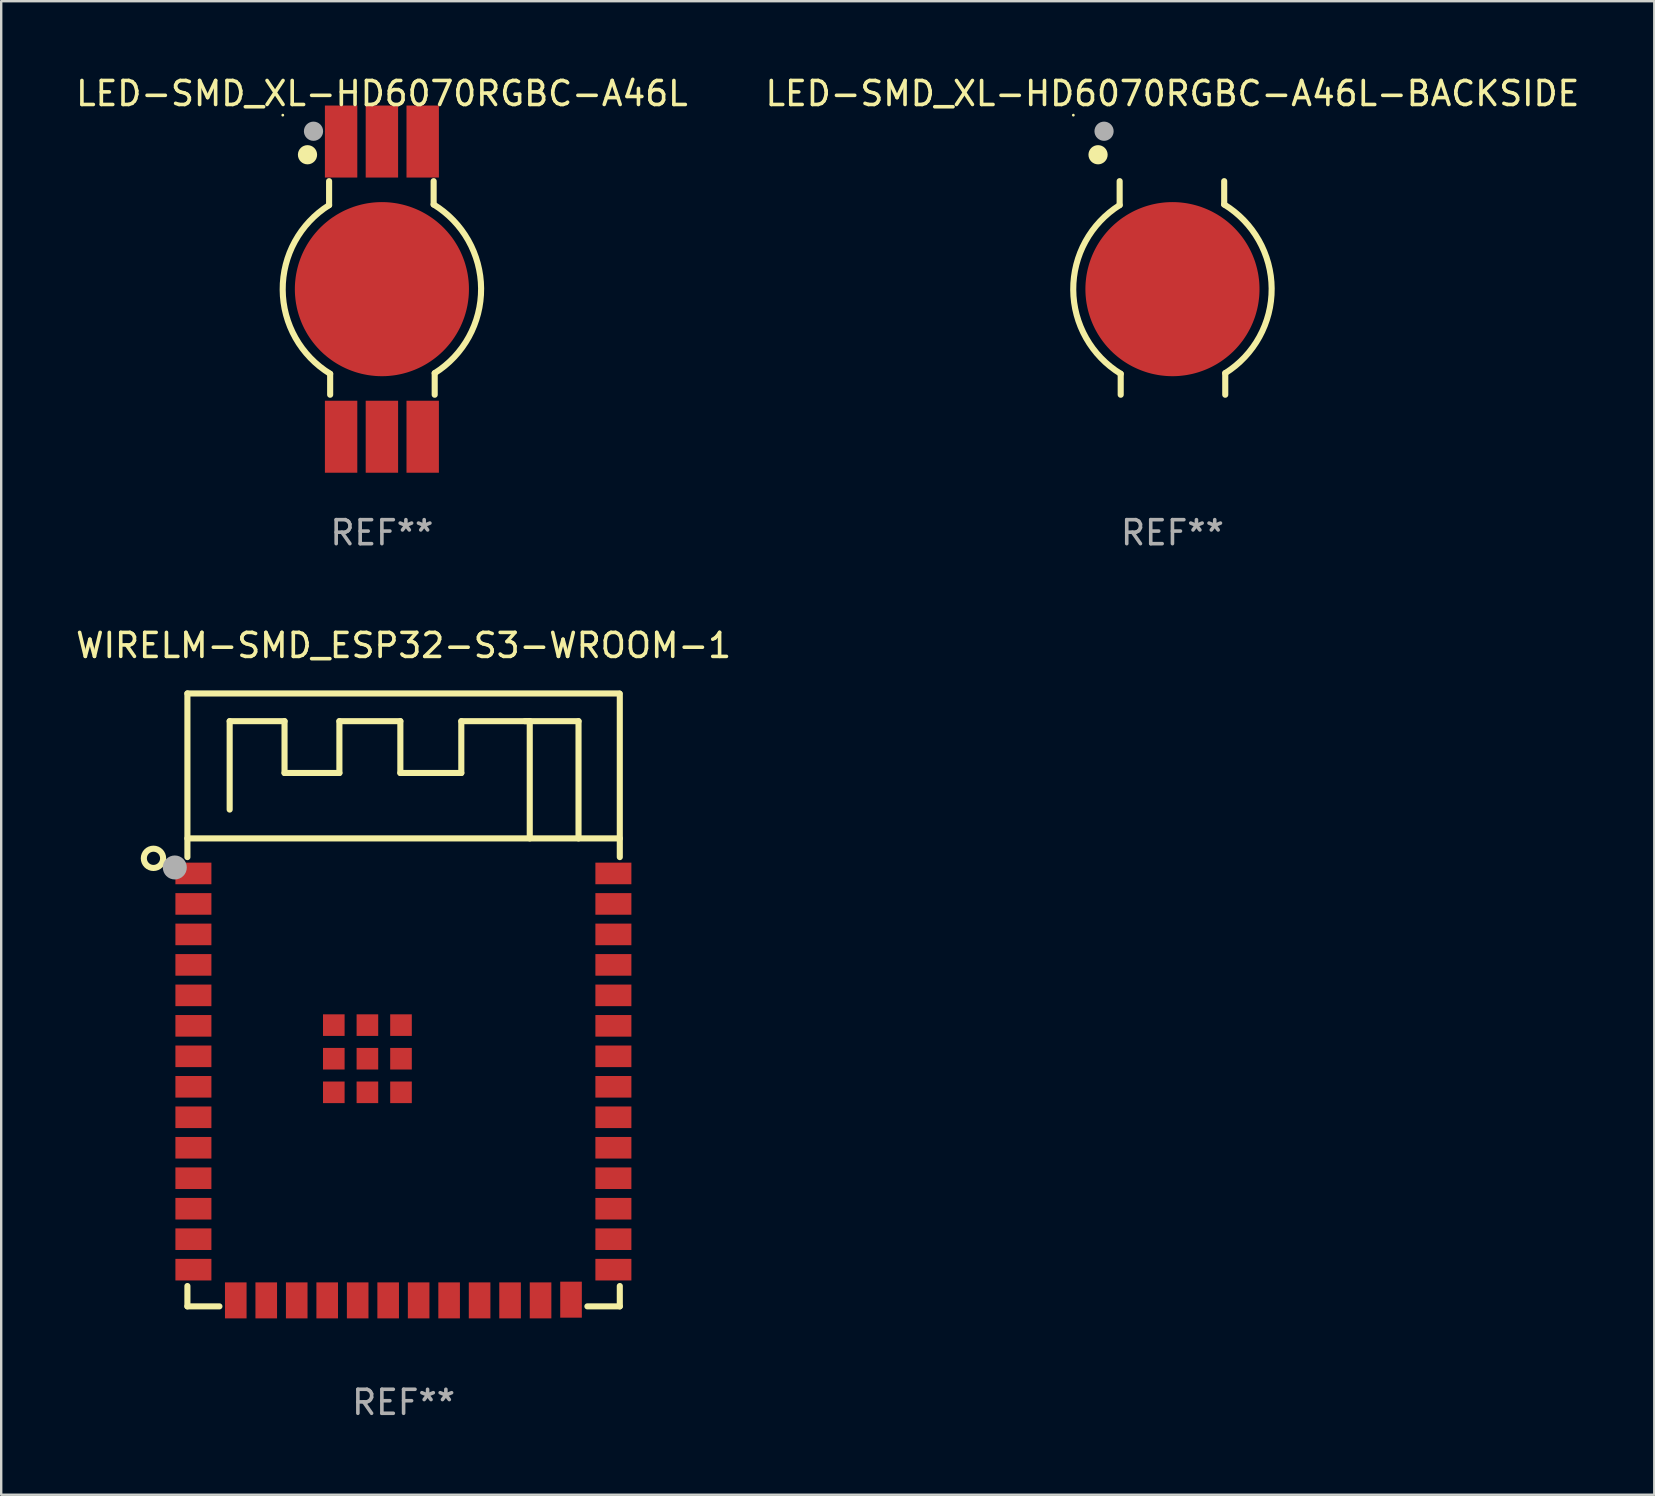
<source format=kicad_pcb>
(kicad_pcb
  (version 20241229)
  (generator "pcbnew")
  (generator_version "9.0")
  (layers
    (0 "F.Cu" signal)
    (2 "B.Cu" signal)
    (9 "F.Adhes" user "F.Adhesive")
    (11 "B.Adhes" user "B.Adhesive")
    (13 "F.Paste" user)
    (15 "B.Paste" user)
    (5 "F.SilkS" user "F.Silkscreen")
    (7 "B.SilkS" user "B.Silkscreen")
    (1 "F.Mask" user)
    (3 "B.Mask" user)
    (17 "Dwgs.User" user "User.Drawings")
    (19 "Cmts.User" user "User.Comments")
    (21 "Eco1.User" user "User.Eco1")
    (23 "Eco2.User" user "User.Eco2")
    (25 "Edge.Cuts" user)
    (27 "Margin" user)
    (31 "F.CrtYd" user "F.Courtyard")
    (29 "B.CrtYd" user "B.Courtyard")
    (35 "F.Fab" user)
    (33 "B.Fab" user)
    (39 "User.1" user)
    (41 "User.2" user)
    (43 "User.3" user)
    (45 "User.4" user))
  (footprint "WIRELM-SMD_ESP32-S3-WROOM-1"
    (layer "F.Cu")
    (at 13.759 42.24)
    (property "Reference" "WIRELM-SMD_ESP32-S3-WROOM-1" (at 0.008 -18.395 0) (layer "F.SilkS") (effects (font (size 1 1) (thickness 0.15))))
    (attr through_hole)
    (fp_line (start -9 -16.395) (end -9 -9.576) (stroke (width 0.254) (type solid)) (layer "F.SilkS"))
    (fp_line (start -9 -10.355) (end 9.017 -10.355) (stroke (width 0.254) (type solid)) (layer "F.SilkS"))
    (fp_line (start -9 8.296) (end -9 9.144) (stroke (width 0.254) (type solid)) (layer "F.SilkS"))
    (fp_line (start -9 9.144) (end -7.666 9.144) (stroke (width 0.254) (type solid)) (layer "F.SilkS"))
    (fp_line (start -7.239 -15.24) (end -7.239 -11.557) (stroke (width 0.254) (type solid)) (layer "F.SilkS"))
    (fp_line (start -4.953 -15.24) (end -7.239 -15.24) (stroke (width 0.254) (type solid)) (layer "F.SilkS"))
    (fp_line (start -4.953 -13.081) (end -4.953 -15.24) (stroke (width 0.254) (type solid)) (layer "F.SilkS"))
    (fp_line (start -2.667 -15.24) (end -2.667 -13.081) (stroke (width 0.254) (type solid)) (layer "F.SilkS"))
    (fp_line (start -2.667 -13.081) (end -4.953 -13.081) (stroke (width 0.254) (type solid)) (layer "F.SilkS"))
    (fp_line (start -0.127 -15.24) (end -2.667 -15.24) (stroke (width 0.254) (type solid)) (layer "F.SilkS"))
    (fp_line (start -0.127 -13.081) (end -0.127 -15.24) (stroke (width 0.254) (type solid)) (layer "F.SilkS"))
    (fp_line (start 2.413 -15.24) (end 2.413 -13.081) (stroke (width 0.254) (type solid)) (layer "F.SilkS"))
    (fp_line (start 2.413 -13.081) (end -0.127 -13.081) (stroke (width 0.254) (type solid)) (layer "F.SilkS"))
    (fp_line (start 5.265 -15.24) (end 2.413 -15.24) (stroke (width 0.254) (type solid)) (layer "F.SilkS"))
    (fp_line (start 5.265 -10.355) (end 5.265 -15.24) (stroke (width 0.254) (type solid)) (layer "F.SilkS"))
    (fp_line (start 7.297 -15.24) (end 5.062 -15.24) (stroke (width 0.254) (type solid)) (layer "F.SilkS"))
    (fp_line (start 7.297 -10.355) (end 7.297 -15.24) (stroke (width 0.254) (type solid)) (layer "F.SilkS"))
    (fp_line (start 7.666 9.144) (end 9.017 9.144) (stroke (width 0.254) (type solid)) (layer "F.SilkS"))
    (fp_line (start 9 -16.395) (end -9 -16.395) (stroke (width 0.254) (type solid)) (layer "F.SilkS"))
    (fp_line (start 9.017 -9.576) (end 9.017 -16.383) (stroke (width 0.254) (type solid)) (layer "F.SilkS"))
    (fp_line (start 9.017 9.144) (end 9.017 8.296) (stroke (width 0.254) (type solid)) (layer "F.SilkS"))
    (fp_circle (center -10.414 -9.525) (end -10.012 -9.525) (stroke (width 0.254) (type solid)) (fill no) (layer "F.SilkS"))
    (fp_circle (center -9 -16.395) (end -8.97 -16.395) (stroke (width 0.06) (type solid)) (fill no) (layer "F.SilkS"))
    (fp_circle (center -9.525 -9.144) (end -9.275 -9.144) (stroke (width 0.5) (type solid)) (fill no) (layer "F.Fab"))
    (fp_text user "REF**" (at 0.008 13.144 0) (layer "F.Fab") (effects (font (size 1 1) (thickness 0.15))))
    (pad "1" smd rect (at -8.75 -8.895) (size 1.5 0.9) (layers "F.Cu" "F.Mask" "F.Paste"))
    (pad "2" smd rect (at -8.75 -7.625) (size 1.5 0.9) (layers "F.Cu" "F.Mask" "F.Paste"))
    (pad "3" smd rect (at -8.75 -6.355) (size 1.5 0.9) (layers "F.Cu" "F.Mask" "F.Paste"))
    (pad "4" smd rect (at -8.75 -5.085) (size 1.5 0.9) (layers "F.Cu" "F.Mask" "F.Paste"))
    (pad "5" smd rect (at -8.75 -3.815) (size 1.5 0.9) (layers "F.Cu" "F.Mask" "F.Paste"))
    (pad "6" smd rect (at -8.75 -2.545) (size 1.5 0.9) (layers "F.Cu" "F.Mask" "F.Paste"))
    (pad "7" smd rect (at -8.75 -1.275) (size 1.5 0.9) (layers "F.Cu" "F.Mask" "F.Paste"))
    (pad "8" smd rect (at -8.75 -0.005) (size 1.5 0.9) (layers "F.Cu" "F.Mask" "F.Paste"))
    (pad "9" smd rect (at -8.75 1.265) (size 1.5 0.9) (layers "F.Cu" "F.Mask" "F.Paste"))
    (pad "10" smd rect (at -8.75 2.535) (size 1.5 0.9) (layers "F.Cu" "F.Mask" "F.Paste"))
    (pad "11" smd rect (at -8.75 3.805) (size 1.5 0.9) (layers "F.Cu" "F.Mask" "F.Paste"))
    (pad "12" smd rect (at -8.75 5.075) (size 1.5 0.9) (layers "F.Cu" "F.Mask" "F.Paste"))
    (pad "13" smd rect (at -8.75 6.345) (size 1.5 0.9) (layers "F.Cu" "F.Mask" "F.Paste"))
    (pad "14" smd rect (at -8.75 7.615) (size 1.5 0.9) (layers "F.Cu" "F.Mask" "F.Paste"))
    (pad "15" smd rect (at -6.985 8.895 90) (size 1.5 0.9) (layers "F.Cu" "F.Mask" "F.Paste"))
    (pad "16" smd rect (at -5.715 8.895 90) (size 1.5 0.9) (layers "F.Cu" "F.Mask" "F.Paste"))
    (pad "17" smd rect (at -4.445 8.895 90) (size 1.5 0.9) (layers "F.Cu" "F.Mask" "F.Paste"))
    (pad "18" smd rect (at -3.175 8.895 90) (size 1.5 0.9) (layers "F.Cu" "F.Mask" "F.Paste"))
    (pad "19" smd rect (at -1.905 8.895 90) (size 1.5 0.9) (layers "F.Cu" "F.Mask" "F.Paste"))
    (pad "20" smd rect (at -0.635 8.895 90) (size 1.5 0.9) (layers "F.Cu" "F.Mask" "F.Paste"))
    (pad "21" smd rect (at 0.635 8.895 90) (size 1.5 0.9) (layers "F.Cu" "F.Mask" "F.Paste"))
    (pad "22" smd rect (at 1.905 8.895 90) (size 1.5 0.9) (layers "F.Cu" "F.Mask" "F.Paste"))
    (pad "23" smd rect (at 3.175 8.895 90) (size 1.5 0.9) (layers "F.Cu" "F.Mask" "F.Paste"))
    (pad "24" smd rect (at 4.445 8.895 90) (size 1.5 0.9) (layers "F.Cu" "F.Mask" "F.Paste"))
    (pad "25" smd rect (at 5.715 8.895 90) (size 1.5 0.9) (layers "F.Cu" "F.Mask" "F.Paste"))
    (pad "26" smd rect (at 6.985 8.865 90) (size 1.5 0.9) (layers "F.Cu" "F.Mask" "F.Paste"))
    (pad "27" smd rect (at 8.75 7.615 180) (size 1.5 0.9) (layers "F.Cu" "F.Mask" "F.Paste"))
    (pad "28" smd rect (at 8.75 6.345 180) (size 1.5 0.9) (layers "F.Cu" "F.Mask" "F.Paste"))
    (pad "29" smd rect (at 8.75 5.075 180) (size 1.5 0.9) (layers "F.Cu" "F.Mask" "F.Paste"))
    (pad "30" smd rect (at 8.75 3.805 180) (size 1.5 0.9) (layers "F.Cu" "F.Mask" "F.Paste"))
    (pad "31" smd rect (at 8.75 2.535 180) (size 1.5 0.9) (layers "F.Cu" "F.Mask" "F.Paste"))
    (pad "32" smd rect (at 8.75 1.265 180) (size 1.5 0.9) (layers "F.Cu" "F.Mask" "F.Paste"))
    (pad "33" smd rect (at 8.75 -0.005 180) (size 1.5 0.9) (layers "F.Cu" "F.Mask" "F.Paste"))
    (pad "34" smd rect (at 8.75 -1.275 180) (size 1.5 0.9) (layers "F.Cu" "F.Mask" "F.Paste"))
    (pad "35" smd rect (at 8.75 -2.545 180) (size 1.5 0.9) (layers "F.Cu" "F.Mask" "F.Paste"))
    (pad "36" smd rect (at 8.75 -3.815 180) (size 1.5 0.9) (layers "F.Cu" "F.Mask" "F.Paste"))
    (pad "37" smd rect (at 8.75 -5.085 180) (size 1.5 0.9) (layers "F.Cu" "F.Mask" "F.Paste"))
    (pad "38" smd rect (at 8.75 -6.355 180) (size 1.5 0.9) (layers "F.Cu" "F.Mask" "F.Paste"))
    (pad "39" smd rect (at 8.75 -7.625 180) (size 1.5 0.9) (layers "F.Cu" "F.Mask" "F.Paste"))
    (pad "40" smd rect (at 8.75 -8.895 180) (size 1.5 0.9) (layers "F.Cu" "F.Mask" "F.Paste"))
    (pad "41" smd rect (at -2.9 -2.575 90) (size 0.9 0.9) (layers "F.Cu" "F.Mask" "F.Paste"))
    (pad "41" smd rect (at -2.9 -1.175 90) (size 0.9 0.9) (layers "F.Cu" "F.Mask" "F.Paste"))
    (pad "41" smd rect (at -2.9 0.225 90) (size 0.9 0.9) (layers "F.Cu" "F.Mask" "F.Paste"))
    (pad "41" smd rect (at -1.5 -2.575 90) (size 0.9 0.9) (layers "F.Cu" "F.Mask" "F.Paste"))
    (pad "41" smd rect (at -1.5 -1.175 90) (size 0.9 0.9) (layers "F.Cu" "F.Mask" "F.Paste"))
    (pad "41" smd rect (at -1.5 0.225 90) (size 0.9 0.9) (layers "F.Cu" "F.Mask" "F.Paste"))
    (pad "41" smd rect (at -0.1 -2.575 90) (size 0.9 0.9) (layers "F.Cu" "F.Mask" "F.Paste"))
    (pad "41" smd rect (at -0.1 -1.175 90) (size 0.9 0.9) (layers "F.Cu" "F.Mask" "F.Paste"))
    (pad "41" smd rect (at -0.1 0.225 90) (size 0.9 0.9) (layers "F.Cu" "F.Mask" "F.Paste")))
  (footprint "LED-SMD_XL-HD6070RGBC-A46L-BACKSIDE"
    (layer "F.Cu")
    (at 45.804 8.998)
    (property "Reference" "LED-SMD_XL-HD6070RGBC-A46L-BACKSIDE" (at 0 -8.15 0) (layer "F.SilkS") (effects (font (size 1 1) (thickness 0.15))))
    (attr through_hole)
    (fp_line (start -2.2 -3.5) (end -2.2 -4.5) (stroke (width 0.254) (type solid)) (layer "F.SilkS"))
    (fp_line (start -2.156 3.528) (end -2.156 4.4) (stroke (width 0.254) (type solid)) (layer "F.SilkS"))
    (fp_line (start 2.156 -3.527) (end 2.156 -4.5) (stroke (width 0.254) (type solid)) (layer "F.SilkS"))
    (fp_line (start 2.2 3.5) (end 2.2 4.4) (stroke (width 0.254) (type solid)) (layer "F.SilkS"))
    (fp_arc (start -2.155601 3.527534) (mid -4.133852 0.02613) (end -2.199925 -3.49995) (stroke (width 0.254001) (type solid)) (layer "F.SilkS"))
    (fp_arc (start 2.155601 -3.52728) (mid 4.133852 -0.025876) (end 2.199925 3.500204) (stroke (width 0.254001) (type solid)) (layer "F.SilkS"))
    (fp_circle (center -4.13 -7.25) (end -4.1 -7.25) (stroke (width 0.06) (type solid)) (fill no) (layer "F.SilkS"))
    (fp_circle (center -3.1 -5.6) (end -2.9 -5.6) (stroke (width 0.4) (type solid)) (fill no) (layer "F.SilkS"))
    (fp_circle (center -2.85 -6.58) (end -2.65 -6.58) (stroke (width 0.4) (type solid)) (fill no) (layer "F.Fab"))
    (fp_text user "REF**" (at 0 10.15 0) (layer "F.Fab") (effects (font (size 1 1) (thickness 0.15))))
    (pad "7" smd custom (at 0 0.000127) (size 0.1 0.1) (layers "F.Cu" "F.Mask" "F.Paste") (options (anchor circle)) (primitives (gr_poly (pts (xy -3.627 -0.000076) (xy -3.626 -0.086) (xy -3.623 -0.173) (xy -3.618 -0.259) (xy -3.61 -0.345) (xy -3.601 -0.431) (xy -3.59 -0.516) (xy -3.577 -0.602) (xy -3.561 -0.686) (xy -3.544 -0.771) (xy -3.525 -0.855) (xy -3.503 -0.939) (xy -3.48 -1.022) (xy -3.455 -1.104) (xy -3.427 -1.186) (xy -3.398 -1.268) (xy -3.367 -1.348) (xy -3.334 -1.428) (xy -3.299 -1.507) (xy -3.262 -1.585) (xy -3.224 -1.662) (xy -3.183 -1.738) (xy -3.141 -1.814) (xy -3.097 -1.888) (xy -3.051 -1.961) (xy -3.004 -2.033) (xy -2.954 -2.104) (xy -2.903 -2.174) (xy -2.851 -2.242) (xy -2.797 -2.309) (xy -2.741 -2.375) (xy -2.684 -2.44) (xy -2.625 -2.503) (xy -2.565 -2.565) (xy -2.503 -2.625) (xy -2.44 -2.684) (xy -2.375 -2.741) (xy -2.309 -2.797) (xy -2.242 -2.851) (xy -2.174 -2.904) (xy -2.104 -2.955) (xy -2.033 -3.004) (xy -1.961 -3.051) (xy -1.888 -3.097) (xy -1.813 -3.141) (xy -1.738 -3.183) (xy -1.662 -3.224) (xy -1.585 -3.263) (xy -1.507 -3.299) (xy -1.428 -3.334) (xy -1.348 -3.367) (xy -1.267 -3.398) (xy -1.186 -3.428) (xy -1.104 -3.455) (xy -1.022 -3.48) (xy -0.939 -3.503) (xy -0.855 -3.525) (xy -0.771 -3.544) (xy -0.686 -3.562) (xy -0.601 -3.577) (xy -0.516 -3.59) (xy -0.431 -3.601) (xy -0.345 -3.611) (xy -0.259 -3.618) (xy -0.172 -3.623) (xy -0.086 -3.626) (xy 0.000076 -3.627) (xy 0.086 -3.626) (xy 0.173 -3.623) (xy 0.259 -3.618) (xy 0.345 -3.611) (xy 0.431 -3.601) (xy 0.516 -3.59) (xy 0.602 -3.577) (xy 0.686 -3.562) (xy 0.771 -3.544) (xy 0.855 -3.525) (xy 0.939 -3.503) (xy 1.022 -3.48) (xy 1.104 -3.455) (xy 1.186 -3.428) (xy 1.268 -3.398) (xy 1.348 -3.367) (xy 1.428 -3.334) (xy 1.507 -3.299) (xy 1.585 -3.263) (xy 1.662 -3.224) (xy 1.738 -3.183) (xy 1.814 -3.141) (xy 1.888 -3.097) (xy 1.961 -3.051) (xy 2.033 -3.004) (xy 2.104 -2.955) (xy 2.174 -2.904) (xy 2.242 -2.851) (xy 2.309 -2.797) (xy 2.375 -2.741) (xy 2.44 -2.684) (xy 2.503 -2.625) (xy 2.565 -2.565) (xy 2.625 -2.503) (xy 2.684 -2.44) (xy 2.741 -2.375) (xy 2.797 -2.309) (xy 2.851 -2.242) (xy 2.904 -2.174) (xy 2.955 -2.104) (xy 3.004 -2.033) (xy 3.051 -1.961) (xy 3.097 -1.888) (xy 3.141 -1.814) (xy 3.183 -1.738) (xy 3.224 -1.662) (xy 3.263 -1.585) (xy 3.299 -1.507) (xy 3.334 -1.428) (xy 3.367 -1.348) (xy 3.398 -1.268) (xy 3.428 -1.186) (xy 3.455 -1.104) (xy 3.48 -1.022) (xy 3.503 -0.939) (xy 3.525 -0.855) (xy 3.544 -0.771) (xy 3.562 -0.686) (xy 3.577 -0.602) (xy 3.59 -0.516) (xy 3.601 -0.431) (xy 3.611 -0.345) (xy 3.618 -0.259) (xy 3.623 -0.173) (xy 3.626 -0.086) (xy 3.627 -0.000076) (xy 3.626 0.086) (xy 3.623 0.172) (xy 3.618 0.259) (xy 3.611 0.345) (xy 3.601 0.431) (xy 3.59 0.516) (xy 3.577 0.601) (xy 3.562 0.686) (xy 3.544 0.771) (xy 3.525 0.855) (xy 3.503 0.939) (xy 3.48 1.022) (xy 3.455 1.104) (xy 3.428 1.186) (xy 3.398 1.267) (xy 3.367 1.348) (xy 3.334 1.428) (xy 3.299 1.507) (xy 3.263 1.585) (xy 3.224 1.662) (xy 3.183 1.738) (xy 3.141 1.813) (xy 3.097 1.888) (xy 3.051 1.961) (xy 3.004 2.033) (xy 2.955 2.104) (xy 2.904 2.174) (xy 2.851 2.242) (xy 2.797 2.309) (xy 2.741 2.375) (xy 2.684 2.44) (xy 2.625 2.503) (xy 2.565 2.565) (xy 2.503 2.625) (xy 2.44 2.684) (xy 2.375 2.741) (xy 2.309 2.797) (xy 2.242 2.851) (xy 2.174 2.903) (xy 2.104 2.954) (xy 2.033 3.004) (xy 1.961 3.051) (xy 1.888 3.097) (xy 1.814 3.141) (xy 1.738 3.183) (xy 1.662 3.224) (xy 1.585 3.262) (xy 1.507 3.299) (xy 1.428 3.334) (xy 1.348 3.367) (xy 1.268 3.398) (xy 1.186 3.427) (xy 1.104 3.455) (xy 1.022 3.48) (xy 0.939 3.503) (xy 0.855 3.525) (xy 0.771 3.544) (xy 0.686 3.561) (xy 0.602 3.577) (xy 0.516 3.59) (xy 0.431 3.601) (xy 0.345 3.61) (xy 0.259 3.618) (xy 0.173 3.623) (xy 0.086 3.626) (xy 0.000076 3.627) (xy -0.086 3.626) (xy -0.172 3.623) (xy -0.259 3.618) (xy -0.345 3.61) (xy -0.431 3.601) (xy -0.516 3.59) (xy -0.601 3.577) (xy -0.686 3.561) (xy -0.771 3.544) (xy -0.855 3.525) (xy -0.939 3.503) (xy -1.022 3.48) (xy -1.104 3.455) (xy -1.186 3.427) (xy -1.267 3.398) (xy -1.348 3.367) (xy -1.428 3.334) (xy -1.507 3.299) (xy -1.585 3.262) (xy -1.662 3.224) (xy -1.738 3.183) (xy -1.813 3.141) (xy -1.888 3.097) (xy -1.961 3.051) (xy -2.033 3.004) (xy -2.104 2.954) (xy -2.174 2.903) (xy -2.242 2.851) (xy -2.309 2.797) (xy -2.375 2.741) (xy -2.44 2.684) (xy -2.503 2.625) (xy -2.565 2.565) (xy -2.625 2.503) (xy -2.684 2.44) (xy -2.741 2.375) (xy -2.797 2.309) (xy -2.851 2.242) (xy -2.903 2.174) (xy -2.954 2.104) (xy -3.004 2.033) (xy -3.051 1.961) (xy -3.097 1.888) (xy -3.141 1.813) (xy -3.183 1.738) (xy -3.224 1.662) (xy -3.262 1.585) (xy -3.299 1.507) (xy -3.334 1.428) (xy -3.367 1.348) (xy -3.398 1.267) (xy -3.427 1.186) (xy -3.455 1.104) (xy -3.48 1.022) (xy -3.503 0.939) (xy -3.525 0.855) (xy -3.544 0.771) (xy -3.561 0.686) (xy -3.577 0.601) (xy -3.59 0.516) (xy -3.601 0.431) (xy -3.61 0.345) (xy -3.618 0.259) (xy -3.623 0.172) (xy -3.626 0.086) (xy -3.627 -0.000076)) (width 0) (fill yes)))))
  (footprint "LED-SMD_XL-HD6070RGBC-A46L"
    (layer "F.Cu")
    (at 12.863 8.998)
    (property "Reference" "LED-SMD_XL-HD6070RGBC-A46L" (at 0 -8.15 0) (layer "F.SilkS") (effects (font (size 1 1) (thickness 0.15))))
    (attr through_hole)
    (fp_line (start -2.2 -3.5) (end -2.2 -4.5) (stroke (width 0.254) (type solid)) (layer "F.SilkS"))
    (fp_line (start -2.156 3.528) (end -2.156 4.4) (stroke (width 0.254) (type solid)) (layer "F.SilkS"))
    (fp_line (start 2.156 -3.527) (end 2.156 -4.5) (stroke (width 0.254) (type solid)) (layer "F.SilkS"))
    (fp_line (start 2.2 3.5) (end 2.2 4.4) (stroke (width 0.254) (type solid)) (layer "F.SilkS"))
    (fp_arc (start -2.155601 3.527534) (mid -4.133852 0.02613) (end -2.199925 -3.49995) (stroke (width 0.254001) (type solid)) (layer "F.SilkS"))
    (fp_arc (start 2.155601 -3.52728) (mid 4.133852 -0.025876) (end 2.199925 3.500204) (stroke (width 0.254001) (type solid)) (layer "F.SilkS"))
    (fp_circle (center -4.13 -7.25) (end -4.1 -7.25) (stroke (width 0.06) (type solid)) (fill no) (layer "F.SilkS"))
    (fp_circle (center -3.1 -5.6) (end -2.9 -5.6) (stroke (width 0.4) (type solid)) (fill no) (layer "F.SilkS"))
    (fp_circle (center -2.85 -6.58) (end -2.65 -6.58) (stroke (width 0.4) (type solid)) (fill no) (layer "F.Fab"))
    (fp_text user "REF**" (at 0 10.15 0) (layer "F.Fab") (effects (font (size 1 1) (thickness 0.15))))
    (pad "1" smd rect (at -1.7 -6.15) (size 1.35 3) (layers "F.Cu" "F.Mask" "F.Paste"))
    (pad "2" smd rect (at -1.7 6.15) (size 1.35 3) (layers "F.Cu" "F.Mask" "F.Paste"))
    (pad "3" smd rect (at 0 -6.15) (size 1.35 3) (layers "F.Cu" "F.Mask" "F.Paste"))
    (pad "4" smd rect (at 0 6.15) (size 1.35 3) (layers "F.Cu" "F.Mask" "F.Paste"))
    (pad "5" smd rect (at 1.7 -6.15) (size 1.35 3) (layers "F.Cu" "F.Mask" "F.Paste"))
    (pad "6" smd rect (at 1.7 6.15) (size 1.35 3) (layers "F.Cu" "F.Mask" "F.Paste"))
    (pad "7" smd custom (at 0 0.000127) (size 0.1 0.1) (layers "F.Cu" "F.Mask" "F.Paste") (options (anchor circle)) (primitives (gr_poly (pts (xy -3.627 -0.000076) (xy -3.626 -0.086) (xy -3.623 -0.173) (xy -3.618 -0.259) (xy -3.61 -0.345) (xy -3.601 -0.431) (xy -3.59 -0.516) (xy -3.577 -0.602) (xy -3.561 -0.686) (xy -3.544 -0.771) (xy -3.525 -0.855) (xy -3.503 -0.939) (xy -3.48 -1.022) (xy -3.455 -1.104) (xy -3.427 -1.186) (xy -3.398 -1.268) (xy -3.367 -1.348) (xy -3.334 -1.428) (xy -3.299 -1.507) (xy -3.262 -1.585) (xy -3.224 -1.662) (xy -3.183 -1.738) (xy -3.141 -1.814) (xy -3.097 -1.888) (xy -3.051 -1.961) (xy -3.004 -2.033) (xy -2.954 -2.104) (xy -2.903 -2.174) (xy -2.851 -2.242) (xy -2.797 -2.309) (xy -2.741 -2.375) (xy -2.684 -2.44) (xy -2.625 -2.503) (xy -2.565 -2.565) (xy -2.503 -2.625) (xy -2.44 -2.684) (xy -2.375 -2.741) (xy -2.309 -2.797) (xy -2.242 -2.851) (xy -2.174 -2.904) (xy -2.104 -2.955) (xy -2.033 -3.004) (xy -1.961 -3.051) (xy -1.888 -3.097) (xy -1.813 -3.141) (xy -1.738 -3.183) (xy -1.662 -3.224) (xy -1.585 -3.263) (xy -1.507 -3.299) (xy -1.428 -3.334) (xy -1.348 -3.367) (xy -1.267 -3.398) (xy -1.186 -3.428) (xy -1.104 -3.455) (xy -1.022 -3.48) (xy -0.939 -3.503) (xy -0.855 -3.525) (xy -0.771 -3.544) (xy -0.686 -3.562) (xy -0.601 -3.577) (xy -0.516 -3.59) (xy -0.431 -3.601) (xy -0.345 -3.611) (xy -0.259 -3.618) (xy -0.172 -3.623) (xy -0.086 -3.626) (xy 0.000076 -3.627) (xy 0.086 -3.626) (xy 0.173 -3.623) (xy 0.259 -3.618) (xy 0.345 -3.611) (xy 0.431 -3.601) (xy 0.516 -3.59) (xy 0.602 -3.577) (xy 0.686 -3.562) (xy 0.771 -3.544) (xy 0.855 -3.525) (xy 0.939 -3.503) (xy 1.022 -3.48) (xy 1.104 -3.455) (xy 1.186 -3.428) (xy 1.268 -3.398) (xy 1.348 -3.367) (xy 1.428 -3.334) (xy 1.507 -3.299) (xy 1.585 -3.263) (xy 1.662 -3.224) (xy 1.738 -3.183) (xy 1.814 -3.141) (xy 1.888 -3.097) (xy 1.961 -3.051) (xy 2.033 -3.004) (xy 2.104 -2.955) (xy 2.174 -2.904) (xy 2.242 -2.851) (xy 2.309 -2.797) (xy 2.375 -2.741) (xy 2.44 -2.684) (xy 2.503 -2.625) (xy 2.565 -2.565) (xy 2.625 -2.503) (xy 2.684 -2.44) (xy 2.741 -2.375) (xy 2.797 -2.309) (xy 2.851 -2.242) (xy 2.904 -2.174) (xy 2.955 -2.104) (xy 3.004 -2.033) (xy 3.051 -1.961) (xy 3.097 -1.888) (xy 3.141 -1.814) (xy 3.183 -1.738) (xy 3.224 -1.662) (xy 3.263 -1.585) (xy 3.299 -1.507) (xy 3.334 -1.428) (xy 3.367 -1.348) (xy 3.398 -1.268) (xy 3.428 -1.186) (xy 3.455 -1.104) (xy 3.48 -1.022) (xy 3.503 -0.939) (xy 3.525 -0.855) (xy 3.544 -0.771) (xy 3.562 -0.686) (xy 3.577 -0.602) (xy 3.59 -0.516) (xy 3.601 -0.431) (xy 3.611 -0.345) (xy 3.618 -0.259) (xy 3.623 -0.173) (xy 3.626 -0.086) (xy 3.627 -0.000076) (xy 3.626 0.086) (xy 3.623 0.172) (xy 3.618 0.259) (xy 3.611 0.345) (xy 3.601 0.431) (xy 3.59 0.516) (xy 3.577 0.601) (xy 3.562 0.686) (xy 3.544 0.771) (xy 3.525 0.855) (xy 3.503 0.939) (xy 3.48 1.022) (xy 3.455 1.104) (xy 3.428 1.186) (xy 3.398 1.267) (xy 3.367 1.348) (xy 3.334 1.428) (xy 3.299 1.507) (xy 3.263 1.585) (xy 3.224 1.662) (xy 3.183 1.738) (xy 3.141 1.813) (xy 3.097 1.888) (xy 3.051 1.961) (xy 3.004 2.033) (xy 2.955 2.104) (xy 2.904 2.174) (xy 2.851 2.242) (xy 2.797 2.309) (xy 2.741 2.375) (xy 2.684 2.44) (xy 2.625 2.503) (xy 2.565 2.565) (xy 2.503 2.625) (xy 2.44 2.684) (xy 2.375 2.741) (xy 2.309 2.797) (xy 2.242 2.851) (xy 2.174 2.903) (xy 2.104 2.954) (xy 2.033 3.004) (xy 1.961 3.051) (xy 1.888 3.097) (xy 1.814 3.141) (xy 1.738 3.183) (xy 1.662 3.224) (xy 1.585 3.262) (xy 1.507 3.299) (xy 1.428 3.334) (xy 1.348 3.367) (xy 1.268 3.398) (xy 1.186 3.427) (xy 1.104 3.455) (xy 1.022 3.48) (xy 0.939 3.503) (xy 0.855 3.525) (xy 0.771 3.544) (xy 0.686 3.561) (xy 0.602 3.577) (xy 0.516 3.59) (xy 0.431 3.601) (xy 0.345 3.61) (xy 0.259 3.618) (xy 0.173 3.623) (xy 0.086 3.626) (xy 0.000076 3.627) (xy -0.086 3.626) (xy -0.172 3.623) (xy -0.259 3.618) (xy -0.345 3.61) (xy -0.431 3.601) (xy -0.516 3.59) (xy -0.601 3.577) (xy -0.686 3.561) (xy -0.771 3.544) (xy -0.855 3.525) (xy -0.939 3.503) (xy -1.022 3.48) (xy -1.104 3.455) (xy -1.186 3.427) (xy -1.267 3.398) (xy -1.348 3.367) (xy -1.428 3.334) (xy -1.507 3.299) (xy -1.585 3.262) (xy -1.662 3.224) (xy -1.738 3.183) (xy -1.813 3.141) (xy -1.888 3.097) (xy -1.961 3.051) (xy -2.033 3.004) (xy -2.104 2.954) (xy -2.174 2.903) (xy -2.242 2.851) (xy -2.309 2.797) (xy -2.375 2.741) (xy -2.44 2.684) (xy -2.503 2.625) (xy -2.565 2.565) (xy -2.625 2.503) (xy -2.684 2.44) (xy -2.741 2.375) (xy -2.797 2.309) (xy -2.851 2.242) (xy -2.903 2.174) (xy -2.954 2.104) (xy -3.004 2.033) (xy -3.051 1.961) (xy -3.097 1.888) (xy -3.141 1.813) (xy -3.183 1.738) (xy -3.224 1.662) (xy -3.262 1.585) (xy -3.299 1.507) (xy -3.334 1.428) (xy -3.367 1.348) (xy -3.398 1.267) (xy -3.427 1.186) (xy -3.455 1.104) (xy -3.48 1.022) (xy -3.503 0.939) (xy -3.525 0.855) (xy -3.544 0.771) (xy -3.561 0.686) (xy -3.577 0.601) (xy -3.59 0.516) (xy -3.601 0.431) (xy -3.61 0.345) (xy -3.618 0.259) (xy -3.623 0.172) (xy -3.626 0.086) (xy -3.627 -0.000076)) (width 0) (fill yes)))))
  (gr_rect
    (start -3 -3)
    (end 65.881 59.232)
    (stroke (width 0.1) (type default))
    (fill no)
    (layer "Edge.Cuts")))
</source>
